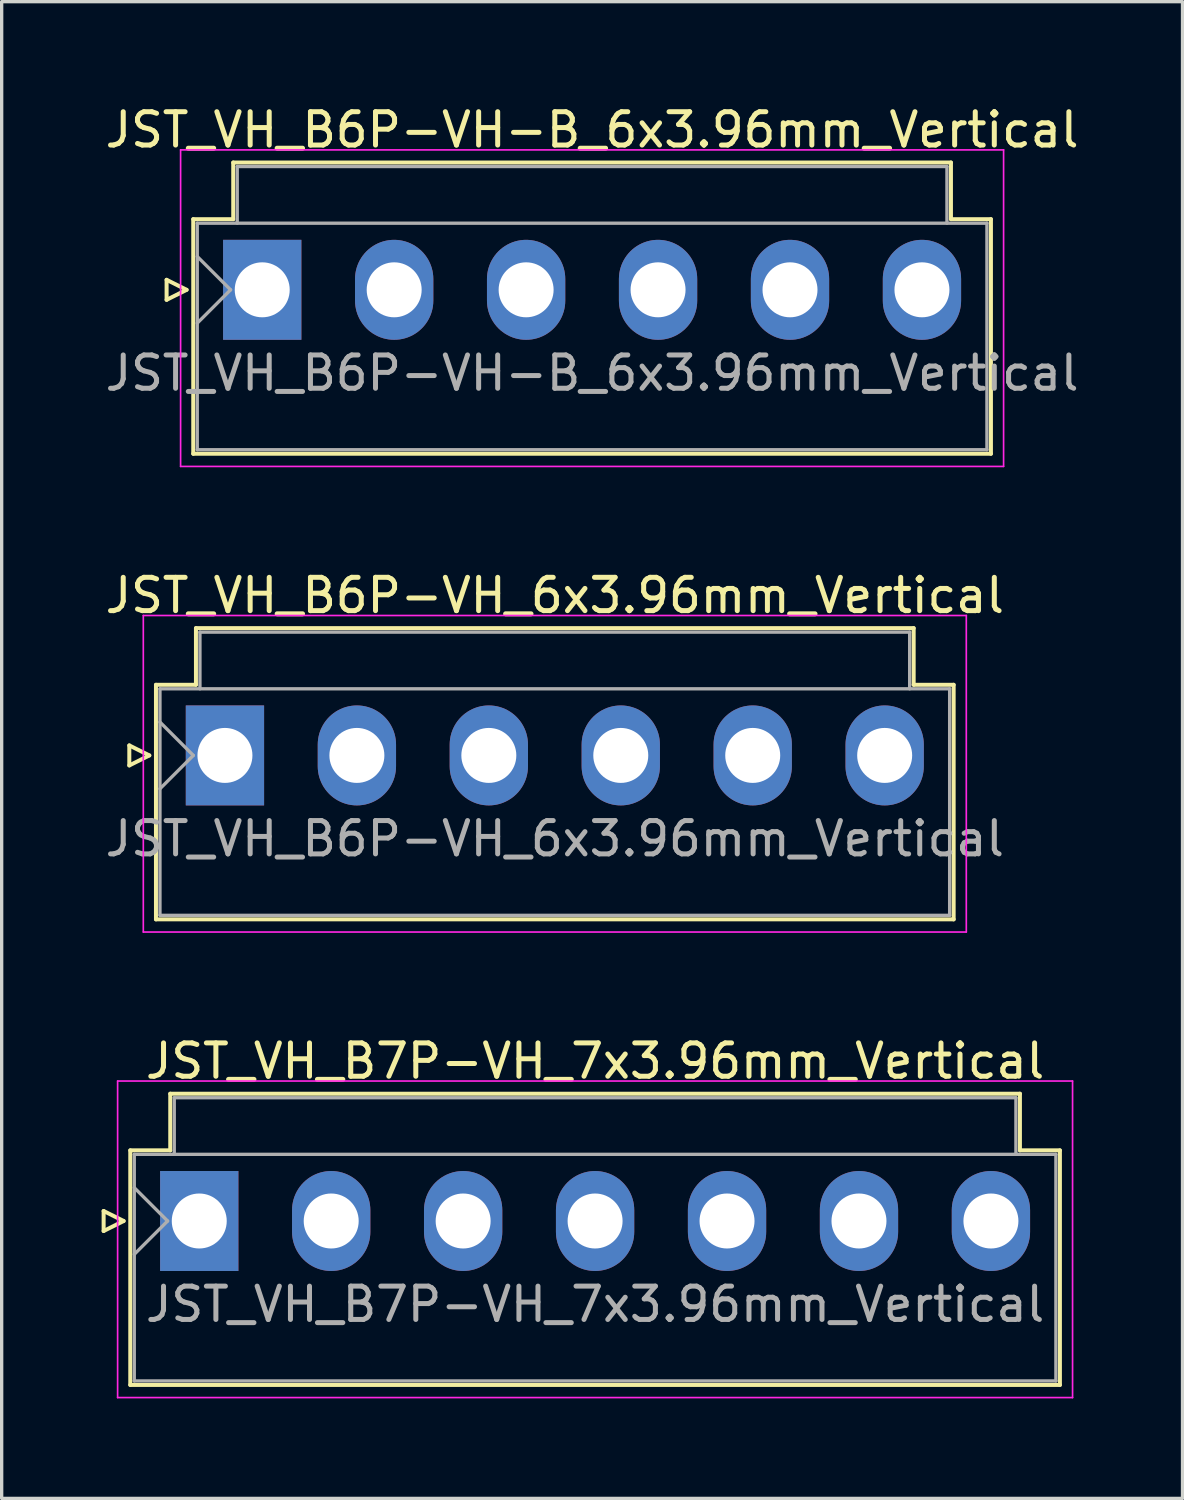
<source format=kicad_pcb>
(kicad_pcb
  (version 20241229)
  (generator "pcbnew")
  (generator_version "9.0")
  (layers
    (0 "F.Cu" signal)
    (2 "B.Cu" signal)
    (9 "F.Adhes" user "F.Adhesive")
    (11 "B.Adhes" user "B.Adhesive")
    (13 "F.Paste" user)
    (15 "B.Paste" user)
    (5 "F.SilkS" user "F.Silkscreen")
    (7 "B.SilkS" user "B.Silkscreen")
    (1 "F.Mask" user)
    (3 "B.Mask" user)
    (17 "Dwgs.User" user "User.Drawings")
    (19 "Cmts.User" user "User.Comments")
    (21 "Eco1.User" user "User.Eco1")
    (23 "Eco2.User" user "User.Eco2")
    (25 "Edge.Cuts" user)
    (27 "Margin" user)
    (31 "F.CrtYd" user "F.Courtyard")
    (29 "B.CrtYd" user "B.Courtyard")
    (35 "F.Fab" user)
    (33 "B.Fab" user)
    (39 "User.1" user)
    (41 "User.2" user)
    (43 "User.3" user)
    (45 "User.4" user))
  (footprint "JST_VH_B6P-VH_6x3.96mm_Vertical"
    (layer "F.Cu")
    (at 3.701 19.622)
    (property "Reference" "JST_VH_B6P-VH_6x3.96mm_Vertical" (at 9.9 -4.8 0) (layer "F.SilkS") (effects (font (size 1 1) (thickness 0.15))))
    (attr through_hole)
    (fp_line (start -2.87 -0.3) (end -2.27 0) (stroke (width 0.12) (type solid)) (layer "F.SilkS"))
    (fp_line (start -2.87 0.3) (end -2.87 -0.3) (stroke (width 0.12) (type solid)) (layer "F.SilkS"))
    (fp_line (start -2.27 0) (end -2.87 0.3) (stroke (width 0.12) (type solid)) (layer "F.SilkS"))
    (fp_line (start -2.07 -2.12) (end -0.87 -2.12) (stroke (width 0.12) (type solid)) (layer "F.SilkS"))
    (fp_line (start -2.07 4.92) (end -2.07 -2.12) (stroke (width 0.12) (type solid)) (layer "F.SilkS"))
    (fp_line (start -0.87 -3.82) (end 20.67 -3.82) (stroke (width 0.12) (type solid)) (layer "F.SilkS"))
    (fp_line (start -0.87 -2.12) (end -0.87 -3.82) (stroke (width 0.12) (type solid)) (layer "F.SilkS"))
    (fp_line (start 20.67 -3.82) (end 20.67 -2.12) (stroke (width 0.12) (type solid)) (layer "F.SilkS"))
    (fp_line (start 20.67 -2.12) (end 21.87 -2.12) (stroke (width 0.12) (type solid)) (layer "F.SilkS"))
    (fp_line (start 21.87 -2.12) (end 21.87 4.92) (stroke (width 0.12) (type solid)) (layer "F.SilkS"))
    (fp_line (start 21.87 4.92) (end -2.07 4.92) (stroke (width 0.12) (type solid)) (layer "F.SilkS"))
    (fp_line (start -2.45 -4.2) (end -2.45 5.3) (stroke (width 0.05) (type solid)) (layer "F.CrtYd"))
    (fp_line (start -2.45 5.3) (end 22.25 5.3) (stroke (width 0.05) (type solid)) (layer "F.CrtYd"))
    (fp_line (start 22.25 -4.2) (end -2.45 -4.2) (stroke (width 0.05) (type solid)) (layer "F.CrtYd"))
    (fp_line (start 22.25 5.3) (end 22.25 -4.2) (stroke (width 0.05) (type solid)) (layer "F.CrtYd"))
    (fp_line (start -1.95 -2) (end -1.95 4.8) (stroke (width 0.1) (type solid)) (layer "F.Fab"))
    (fp_line (start -1.95 -1) (end -0.95 0) (stroke (width 0.1) (type solid)) (layer "F.Fab"))
    (fp_line (start -1.95 1) (end -0.95 0) (stroke (width 0.1) (type solid)) (layer "F.Fab"))
    (fp_line (start -1.95 4.8) (end 21.75 4.8) (stroke (width 0.1) (type solid)) (layer "F.Fab"))
    (fp_line (start -0.75 -3.7) (end 20.55 -3.7) (stroke (width 0.1) (type solid)) (layer "F.Fab"))
    (fp_line (start -0.75 -2) (end -0.75 -3.7) (stroke (width 0.1) (type solid)) (layer "F.Fab"))
    (fp_line (start 20.55 -3.7) (end 20.55 -2) (stroke (width 0.1) (type solid)) (layer "F.Fab"))
    (fp_line (start 21.75 -2) (end -1.95 -2) (stroke (width 0.1) (type solid)) (layer "F.Fab"))
    (fp_line (start 21.75 4.8) (end 21.75 -2) (stroke (width 0.1) (type solid)) (layer "F.Fab"))
    (fp_text user "${REFERENCE}" (at 9.9 2.5 0) (layer "F.Fab") (effects (font (size 1 1) (thickness 0.15))))
    (pad "1" thru_hole rect (at 0 0) (size 2.35 3) (drill 1.65) (layers "*.Cu" "*.Mask"))
    (pad "2" thru_hole oval (at 3.96 0) (size 2.35 3) (drill 1.65) (layers "*.Cu" "*.Mask"))
    (pad "3" thru_hole oval (at 7.92 0) (size 2.35 3) (drill 1.65) (layers "*.Cu" "*.Mask"))
    (pad "4" thru_hole oval (at 11.88 0) (size 2.35 3) (drill 1.65) (layers "*.Cu" "*.Mask"))
    (pad "5" thru_hole oval (at 15.84 0) (size 2.35 3) (drill 1.65) (layers "*.Cu" "*.Mask"))
    (pad "6" thru_hole oval (at 19.8 0) (size 2.35 3) (drill 1.65) (layers "*.Cu" "*.Mask")))
  (footprint "JST_VH_B6P-VH-B_6x3.96mm_Vertical"
    (layer "F.Cu")
    (at 4.82 5.648)
    (property "Reference" "JST_VH_B6P-VH-B_6x3.96mm_Vertical" (at 9.9 -4.8 0) (layer "F.SilkS") (effects (font (size 1 1) (thickness 0.15))))
    (attr through_hole)
    (fp_line (start -2.87 -0.3) (end -2.27 0) (stroke (width 0.12) (type solid)) (layer "F.SilkS"))
    (fp_line (start -2.87 0.3) (end -2.87 -0.3) (stroke (width 0.12) (type solid)) (layer "F.SilkS"))
    (fp_line (start -2.27 0) (end -2.87 0.3) (stroke (width 0.12) (type solid)) (layer "F.SilkS"))
    (fp_line (start -2.07 -2.12) (end -0.87 -2.12) (stroke (width 0.12) (type solid)) (layer "F.SilkS"))
    (fp_line (start -2.07 4.92) (end -2.07 -2.12) (stroke (width 0.12) (type solid)) (layer "F.SilkS"))
    (fp_line (start -0.87 -3.82) (end 20.67 -3.82) (stroke (width 0.12) (type solid)) (layer "F.SilkS"))
    (fp_line (start -0.87 -2.12) (end -0.87 -3.82) (stroke (width 0.12) (type solid)) (layer "F.SilkS"))
    (fp_line (start 20.67 -3.82) (end 20.67 -2.12) (stroke (width 0.12) (type solid)) (layer "F.SilkS"))
    (fp_line (start 20.67 -2.12) (end 21.87 -2.12) (stroke (width 0.12) (type solid)) (layer "F.SilkS"))
    (fp_line (start 21.87 -2.12) (end 21.87 4.92) (stroke (width 0.12) (type solid)) (layer "F.SilkS"))
    (fp_line (start 21.87 4.92) (end -2.07 4.92) (stroke (width 0.12) (type solid)) (layer "F.SilkS"))
    (fp_line (start -2.45 -4.2) (end -2.45 5.3) (stroke (width 0.05) (type solid)) (layer "F.CrtYd"))
    (fp_line (start -2.45 5.3) (end 22.25 5.3) (stroke (width 0.05) (type solid)) (layer "F.CrtYd"))
    (fp_line (start 22.25 -4.2) (end -2.45 -4.2) (stroke (width 0.05) (type solid)) (layer "F.CrtYd"))
    (fp_line (start 22.25 5.3) (end 22.25 -4.2) (stroke (width 0.05) (type solid)) (layer "F.CrtYd"))
    (fp_line (start -1.95 -2) (end -1.95 4.8) (stroke (width 0.1) (type solid)) (layer "F.Fab"))
    (fp_line (start -1.95 -1) (end -0.95 0) (stroke (width 0.1) (type solid)) (layer "F.Fab"))
    (fp_line (start -1.95 1) (end -0.95 0) (stroke (width 0.1) (type solid)) (layer "F.Fab"))
    (fp_line (start -1.95 4.8) (end 21.75 4.8) (stroke (width 0.1) (type solid)) (layer "F.Fab"))
    (fp_line (start -0.75 -3.7) (end 20.55 -3.7) (stroke (width 0.1) (type solid)) (layer "F.Fab"))
    (fp_line (start -0.75 -2) (end -0.75 -3.7) (stroke (width 0.1) (type solid)) (layer "F.Fab"))
    (fp_line (start 20.55 -3.7) (end 20.55 -2) (stroke (width 0.1) (type solid)) (layer "F.Fab"))
    (fp_line (start 21.75 -2) (end -1.95 -2) (stroke (width 0.1) (type solid)) (layer "F.Fab"))
    (fp_line (start 21.75 4.8) (end 21.75 -2) (stroke (width 0.1) (type solid)) (layer "F.Fab"))
    (fp_text user "${REFERENCE}" (at 9.9 2.5 0) (layer "F.Fab") (effects (font (size 1 1) (thickness 0.15))))
    (pad "1" thru_hole rect (at 0 0) (size 2.35 3) (drill 1.65) (layers "*.Cu" "*.Mask"))
    (pad "2" thru_hole oval (at 3.96 0) (size 2.35 3) (drill 1.65) (layers "*.Cu" "*.Mask"))
    (pad "3" thru_hole oval (at 7.92 0) (size 2.35 3) (drill 1.65) (layers "*.Cu" "*.Mask"))
    (pad "4" thru_hole oval (at 11.88 0) (size 2.35 3) (drill 1.65) (layers "*.Cu" "*.Mask"))
    (pad "5" thru_hole oval (at 15.84 0) (size 2.35 3) (drill 1.65) (layers "*.Cu" "*.Mask"))
    (pad "6" thru_hole oval (at 19.8 0) (size 2.35 3) (drill 1.65) (layers "*.Cu" "*.Mask")))
  (footprint "JST_VH_B7P-VH_7x3.96mm_Vertical"
    (layer "F.Cu")
    (at 2.93 33.595)
    (property "Reference" "JST_VH_B7P-VH_7x3.96mm_Vertical" (at 11.88 -4.8 0) (layer "F.SilkS") (effects (font (size 1 1) (thickness 0.15))))
    (attr through_hole)
    (fp_line (start -2.87 -0.3) (end -2.27 0) (stroke (width 0.12) (type solid)) (layer "F.SilkS"))
    (fp_line (start -2.87 0.3) (end -2.87 -0.3) (stroke (width 0.12) (type solid)) (layer "F.SilkS"))
    (fp_line (start -2.27 0) (end -2.87 0.3) (stroke (width 0.12) (type solid)) (layer "F.SilkS"))
    (fp_line (start -2.07 -2.12) (end -0.87 -2.12) (stroke (width 0.12) (type solid)) (layer "F.SilkS"))
    (fp_line (start -2.07 4.92) (end -2.07 -2.12) (stroke (width 0.12) (type solid)) (layer "F.SilkS"))
    (fp_line (start -0.87 -3.82) (end 24.63 -3.82) (stroke (width 0.12) (type solid)) (layer "F.SilkS"))
    (fp_line (start -0.87 -2.12) (end -0.87 -3.82) (stroke (width 0.12) (type solid)) (layer "F.SilkS"))
    (fp_line (start 24.63 -3.82) (end 24.63 -2.12) (stroke (width 0.12) (type solid)) (layer "F.SilkS"))
    (fp_line (start 24.63 -2.12) (end 25.83 -2.12) (stroke (width 0.12) (type solid)) (layer "F.SilkS"))
    (fp_line (start 25.83 -2.12) (end 25.83 4.92) (stroke (width 0.12) (type solid)) (layer "F.SilkS"))
    (fp_line (start 25.83 4.92) (end -2.07 4.92) (stroke (width 0.12) (type solid)) (layer "F.SilkS"))
    (fp_line (start -2.45 -4.2) (end -2.45 5.3) (stroke (width 0.05) (type solid)) (layer "F.CrtYd"))
    (fp_line (start -2.45 5.3) (end 26.21 5.3) (stroke (width 0.05) (type solid)) (layer "F.CrtYd"))
    (fp_line (start 26.21 -4.2) (end -2.45 -4.2) (stroke (width 0.05) (type solid)) (layer "F.CrtYd"))
    (fp_line (start 26.21 5.3) (end 26.21 -4.2) (stroke (width 0.05) (type solid)) (layer "F.CrtYd"))
    (fp_line (start -1.95 -2) (end -1.95 4.8) (stroke (width 0.1) (type solid)) (layer "F.Fab"))
    (fp_line (start -1.95 -1) (end -0.95 0) (stroke (width 0.1) (type solid)) (layer "F.Fab"))
    (fp_line (start -1.95 1) (end -0.95 0) (stroke (width 0.1) (type solid)) (layer "F.Fab"))
    (fp_line (start -1.95 4.8) (end 25.71 4.8) (stroke (width 0.1) (type solid)) (layer "F.Fab"))
    (fp_line (start -0.75 -3.7) (end 24.51 -3.7) (stroke (width 0.1) (type solid)) (layer "F.Fab"))
    (fp_line (start -0.75 -2) (end -0.75 -3.7) (stroke (width 0.1) (type solid)) (layer "F.Fab"))
    (fp_line (start 24.51 -3.7) (end 24.51 -2) (stroke (width 0.1) (type solid)) (layer "F.Fab"))
    (fp_line (start 25.71 -2) (end -1.95 -2) (stroke (width 0.1) (type solid)) (layer "F.Fab"))
    (fp_line (start 25.71 4.8) (end 25.71 -2) (stroke (width 0.1) (type solid)) (layer "F.Fab"))
    (fp_text user "${REFERENCE}" (at 11.88 2.5 0) (layer "F.Fab") (effects (font (size 1 1) (thickness 0.15))))
    (pad "1" thru_hole rect (at 0 0) (size 2.35 3) (drill 1.65) (layers "*.Cu" "*.Mask"))
    (pad "2" thru_hole oval (at 3.96 0) (size 2.35 3) (drill 1.65) (layers "*.Cu" "*.Mask"))
    (pad "3" thru_hole oval (at 7.92 0) (size 2.35 3) (drill 1.65) (layers "*.Cu" "*.Mask"))
    (pad "4" thru_hole oval (at 11.88 0) (size 2.35 3) (drill 1.65) (layers "*.Cu" "*.Mask"))
    (pad "5" thru_hole oval (at 15.84 0) (size 2.35 3) (drill 1.65) (layers "*.Cu" "*.Mask"))
    (pad "6" thru_hole oval (at 19.8 0) (size 2.35 3) (drill 1.65) (layers "*.Cu" "*.Mask"))
    (pad "7" thru_hole oval (at 23.76 0) (size 2.35 3) (drill 1.65) (layers "*.Cu" "*.Mask")))
  (gr_rect
    (start -3 -3)
    (end 32.44 41.92)
    (stroke (width 0.1) (type default))
    (fill no)
    (layer "Edge.Cuts")))
</source>
